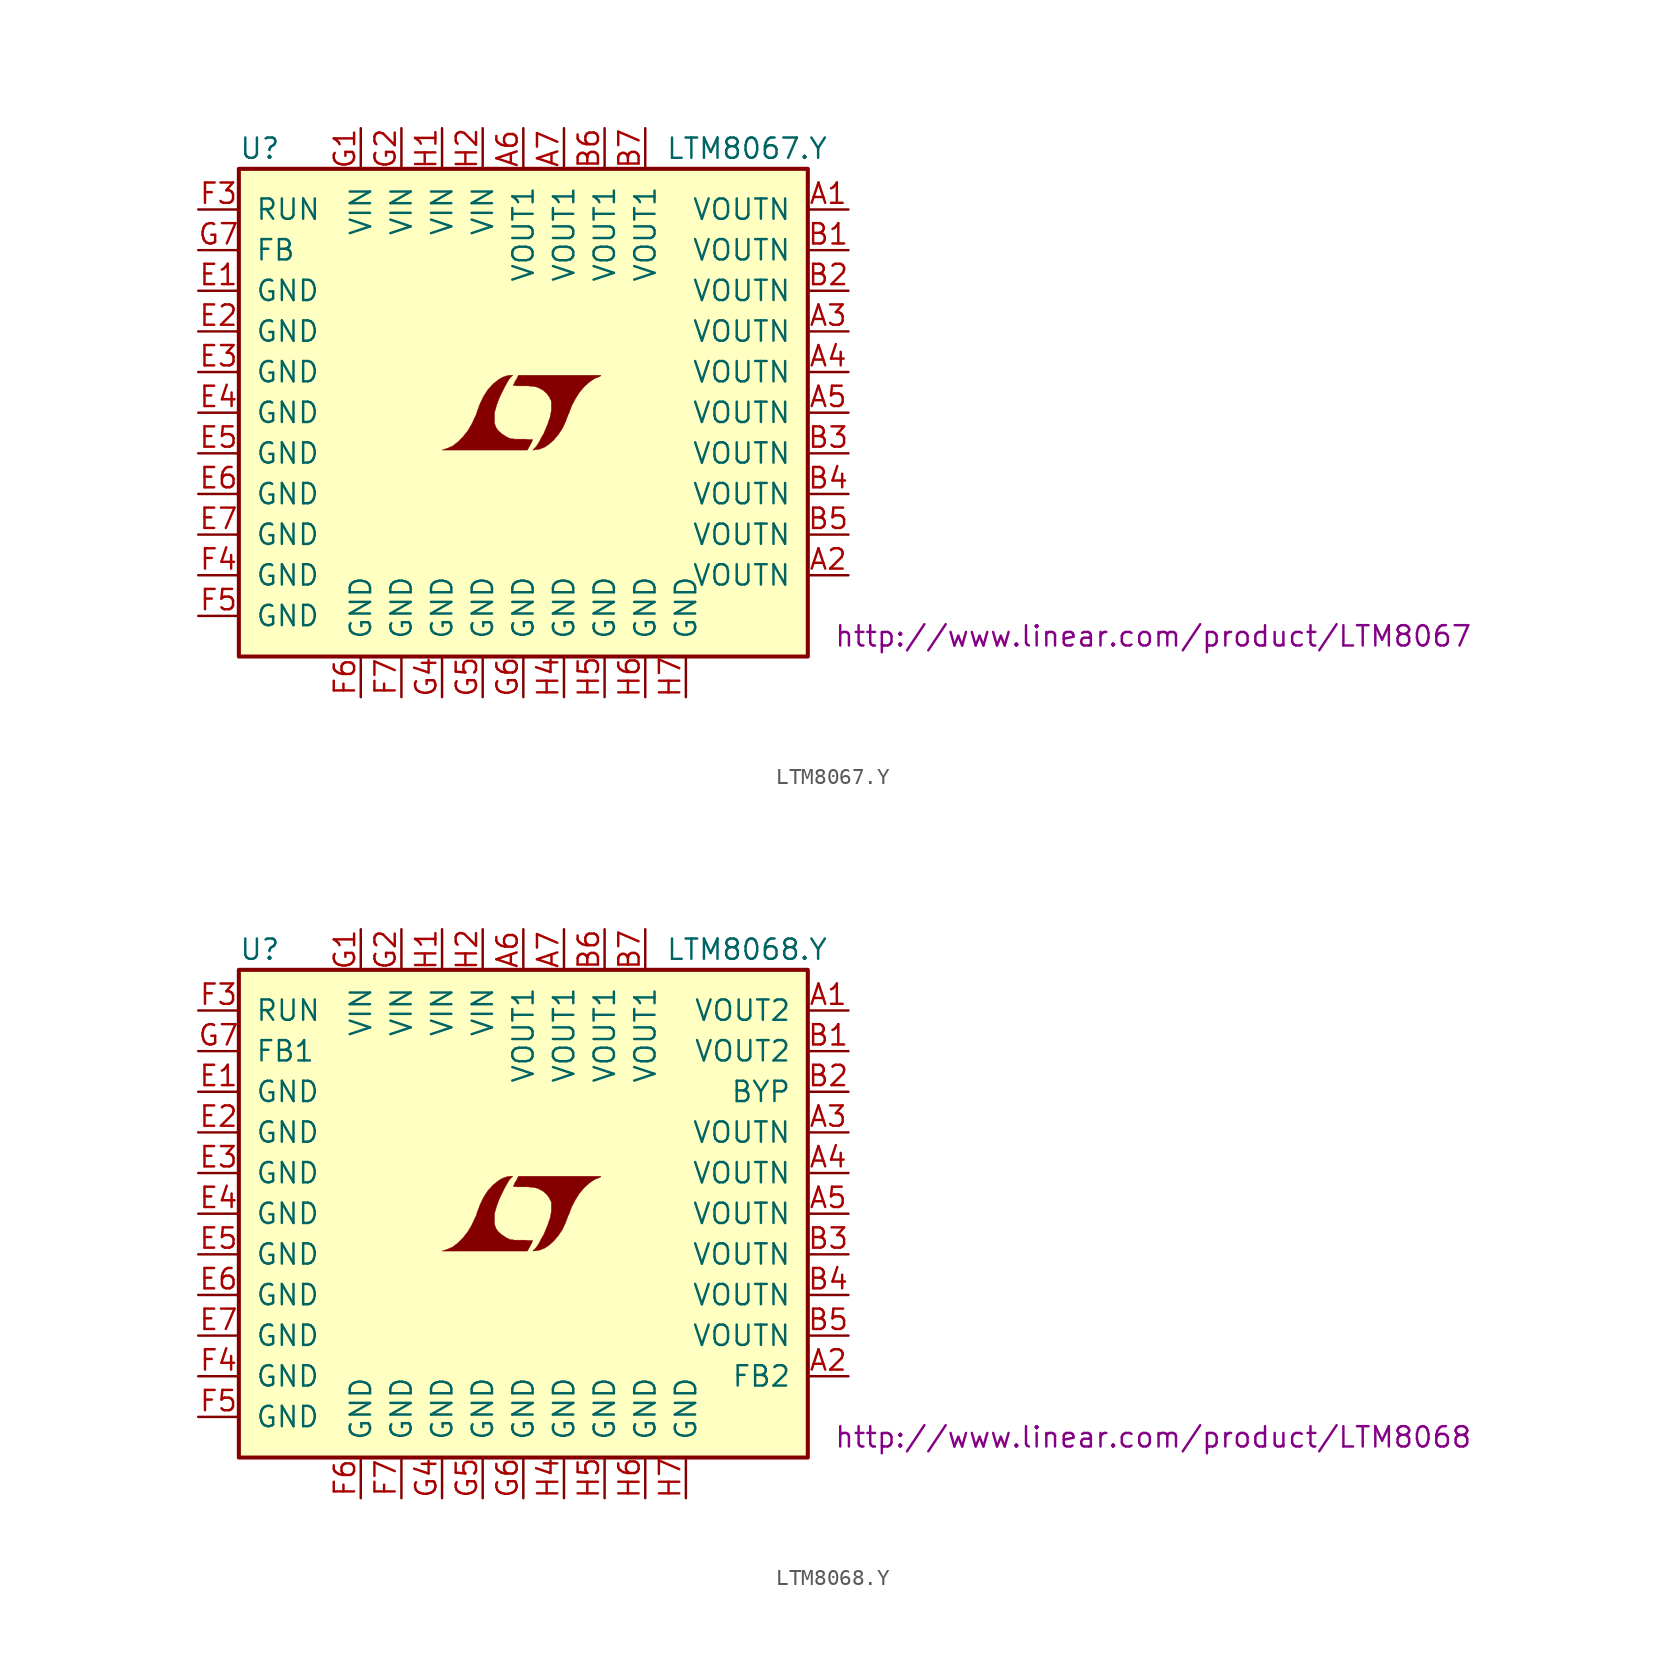
<source format=kicad_sym>
(kicad_symbol_lib
  (version 20201005)
  (generator kicad_symbol_editor)
  (symbol "LTM8067.Y"
    (pin_names
      (offset 1.016))
    (property "Reference" "U"
      (at -17.78 16.51 0)
      (effects (font (size 1.27 1.27)) (justify left)))
    (property "Value" "LTM8067.Y"
      (at 8.89 16.51 0)
      (effects (font (size 1.27 1.27)) (justify left)))
    (property "Datasheet" "http://www.linear.com/product/LTM8067"
      (at 39.37 -13.97 0)
      (effects (font (size 1.27 1.27))))
    (symbol "LTM8067.Y_0_0"
      (polyline (pts (xy 0.432 -2.007) (xy 0.457 -1.956) (xy 0.533 -1.829) (xy 0.559 -1.727) (xy 0.584 -1.676) (xy 0.305 -1.676) (xy 0.127 -1.651) (xy -0.559 -1.651) (xy -0.686 -1.626) (xy -0.787 -1.626) (xy -0.864 -1.6) (xy -1.067 -1.499) (xy -1.346 -1.321) (xy -1.575 -1.118) (xy -1.727 -0.889) (xy -1.753 -0.787) (xy -1.803 -0.66) (xy -1.803 -0.051) (xy -1.778 0.102) (xy -1.727 0.254) (xy -1.676 0.457) (xy -1.626 0.584) (xy -1.524 0.864) (xy -1.397 1.143) (xy -1.143 1.651) (xy -1.016 1.88) (xy -0.914 2.057) (xy -0.813 2.184) (xy -0.66 2.337) (xy -0.838 2.337) (xy -1.016 2.311) (xy -1.245 2.235) (xy -1.448 2.134) (xy -1.626 2.007) (xy -1.88 1.803) (xy -2.21 1.448) (xy -2.489 1.016) (xy -2.718 0.533) (xy -2.921 -0.025) (xy -2.946 -0.127) (xy -3.048 -0.33) (xy -3.15 -0.559) (xy -3.251 -0.762) (xy -3.48 -1.143) (xy -3.785 -1.524) (xy -4.089 -1.829) (xy -4.42 -2.083) (xy -4.775 -2.235) (xy -5.08 -2.337) (xy 0.254 -2.337) (xy 0.432 -2.007)) (stroke (width 0.025)) (fill (type outline)))
      (polyline (pts (xy 0.813 -2.311) (xy 0.991 -2.286) (xy 1.321 -2.159) (xy 1.626 -1.956) (xy 1.905 -1.702) (xy 2.184 -1.372) (xy 2.438 -0.991) (xy 2.642 -0.559) (xy 2.819 -0.076) (xy 2.845 -0.051) (xy 3.023 0.432) (xy 3.251 0.864) (xy 3.505 1.27) (xy 3.81 1.626) (xy 4.115 1.905) (xy 4.445 2.134) (xy 4.775 2.261) (xy 4.775 2.286) (xy 4.826 2.286) (xy 4.851 2.311) (xy 4.826 2.337) (xy -0.305 2.337) (xy -0.457 2.032) (xy -0.508 1.981) (xy -0.559 1.854) (xy -0.635 1.702) (xy -0.559 1.702) (xy -0.432 1.676) (xy 0.305 1.676) (xy 0.483 1.651) (xy 0.61 1.651) (xy 0.711 1.626) (xy 0.838 1.6) (xy 0.965 1.549) (xy 1.245 1.397) (xy 1.473 1.194) (xy 1.651 0.94) (xy 1.676 0.864) (xy 1.727 0.787) (xy 1.753 0.66) (xy 1.753 0.152) (xy 1.727 0) (xy 1.702 -0.127) (xy 1.676 -0.279) (xy 1.6 -0.483) (xy 1.524 -0.711) (xy 1.27 -1.321) (xy 1.118 -1.575) (xy 0.991 -1.829) (xy 0.864 -2.032) (xy 0.762 -2.159) (xy 0.584 -2.337) (xy 0.813 -2.311)) (stroke (width 0.025)) (fill (type outline))))
    (symbol "LTM8067.Y_0_1"
      (rectangle (start -17.78 15.24) (end 17.78 -15.24) (stroke (width 0.254)) (fill (type background))))
    (symbol "LTM8067.Y_1_1"
      (pin power_out line (at 20.32 12.7 180) (length 2.54) (name "VOUTN" (effects (font (size 1.27 1.27)))) (number "A1" (effects (font (size 1.27 1.27)))))
      (pin power_out line (at 20.32 -10.16 180) (length 2.54) (name "VOUTN" (effects (font (size 1.27 1.27)))) (number "A2" (effects (font (size 1.27 1.27)))))
      (pin power_out line (at 20.32 5.08 180) (length 2.54) (name "VOUTN" (effects (font (size 1.27 1.27)))) (number "A3" (effects (font (size 1.27 1.27)))))
      (pin power_out line (at 20.32 2.54 180) (length 2.54) (name "VOUTN" (effects (font (size 1.27 1.27)))) (number "A4" (effects (font (size 1.27 1.27)))))
      (pin power_out line (at 20.32 0 180) (length 2.54) (name "VOUTN" (effects (font (size 1.27 1.27)))) (number "A5" (effects (font (size 1.27 1.27)))))
      (pin power_out line (at 0 17.78 270) (length 2.54) (name "VOUT1" (effects (font (size 1.27 1.27)))) (number "A6" (effects (font (size 1.27 1.27)))))
      (pin power_out line (at 2.54 17.78 270) (length 2.54) (name "VOUT1" (effects (font (size 1.27 1.27)))) (number "A7" (effects (font (size 1.27 1.27)))))
      (pin power_out line (at 20.32 10.16 180) (length 2.54) (name "VOUTN" (effects (font (size 1.27 1.27)))) (number "B1" (effects (font (size 1.27 1.27)))))
      (pin power_out line (at 20.32 7.62 180) (length 2.54) (name "VOUTN" (effects (font (size 1.27 1.27)))) (number "B2" (effects (font (size 1.27 1.27)))))
      (pin power_out line (at 20.32 -2.54 180) (length 2.54) (name "VOUTN" (effects (font (size 1.27 1.27)))) (number "B3" (effects (font (size 1.27 1.27)))))
      (pin power_out line (at 20.32 -5.08 180) (length 2.54) (name "VOUTN" (effects (font (size 1.27 1.27)))) (number "B4" (effects (font (size 1.27 1.27)))))
      (pin power_out line (at 20.32 -7.62 180) (length 2.54) (name "VOUTN" (effects (font (size 1.27 1.27)))) (number "B5" (effects (font (size 1.27 1.27)))))
      (pin power_out line (at 5.08 17.78 270) (length 2.54) (name "VOUT1" (effects (font (size 1.27 1.27)))) (number "B6" (effects (font (size 1.27 1.27)))))
      (pin power_out line (at 7.62 17.78 270) (length 2.54) (name "VOUT1" (effects (font (size 1.27 1.27)))) (number "B7" (effects (font (size 1.27 1.27)))))
      (pin power_in line (at -20.32 7.62 0) (length 2.54) (name "GND" (effects (font (size 1.27 1.27)))) (number "E1" (effects (font (size 1.27 1.27)))))
      (pin power_in line (at -20.32 5.08 0) (length 2.54) (name "GND" (effects (font (size 1.27 1.27)))) (number "E2" (effects (font (size 1.27 1.27)))))
      (pin power_in line (at -20.32 2.54 0) (length 2.54) (name "GND" (effects (font (size 1.27 1.27)))) (number "E3" (effects (font (size 1.27 1.27)))))
      (pin power_in line (at -20.32 0 0) (length 2.54) (name "GND" (effects (font (size 1.27 1.27)))) (number "E4" (effects (font (size 1.27 1.27)))))
      (pin power_in line (at -20.32 -2.54 0) (length 2.54) (name "GND" (effects (font (size 1.27 1.27)))) (number "E5" (effects (font (size 1.27 1.27)))))
      (pin power_in line (at -20.32 -5.08 0) (length 2.54) (name "GND" (effects (font (size 1.27 1.27)))) (number "E6" (effects (font (size 1.27 1.27)))))
      (pin power_in line (at -20.32 -7.62 0) (length 2.54) (name "GND" (effects (font (size 1.27 1.27)))) (number "E7" (effects (font (size 1.27 1.27)))))
      (pin input line (at -20.32 12.7 0) (length 2.54) (name "RUN" (effects (font (size 1.27 1.27)))) (number "F3" (effects (font (size 1.27 1.27)))))
      (pin power_in line (at -20.32 -10.16 0) (length 2.54) (name "GND" (effects (font (size 1.27 1.27)))) (number "F4" (effects (font (size 1.27 1.27)))))
      (pin power_in line (at -20.32 -12.7 0) (length 2.54) (name "GND" (effects (font (size 1.27 1.27)))) (number "F5" (effects (font (size 1.27 1.27)))))
      (pin power_in line (at -10.16 -17.78 90) (length 2.54) (name "GND" (effects (font (size 1.27 1.27)))) (number "F6" (effects (font (size 1.27 1.27)))))
      (pin power_in line (at -7.62 -17.78 90) (length 2.54) (name "GND" (effects (font (size 1.27 1.27)))) (number "F7" (effects (font (size 1.27 1.27)))))
      (pin power_in line (at -10.16 17.78 270) (length 2.54) (name "VIN" (effects (font (size 1.27 1.27)))) (number "G1" (effects (font (size 1.27 1.27)))))
      (pin power_in line (at -7.62 17.78 270) (length 2.54) (name "VIN" (effects (font (size 1.27 1.27)))) (number "G2" (effects (font (size 1.27 1.27)))))
      (pin power_in line (at -5.08 -17.78 90) (length 2.54) (name "GND" (effects (font (size 1.27 1.27)))) (number "G4" (effects (font (size 1.27 1.27)))))
      (pin power_in line (at -2.54 -17.78 90) (length 2.54) (name "GND" (effects (font (size 1.27 1.27)))) (number "G5" (effects (font (size 1.27 1.27)))))
      (pin power_in line (at 0 -17.78 90) (length 2.54) (name "GND" (effects (font (size 1.27 1.27)))) (number "G6" (effects (font (size 1.27 1.27)))))
      (pin passive line (at -20.32 10.16 0) (length 2.54) (name "FB" (effects (font (size 1.27 1.27)))) (number "G7" (effects (font (size 1.27 1.27)))))
      (pin power_in line (at -5.08 17.78 270) (length 2.54) (name "VIN" (effects (font (size 1.27 1.27)))) (number "H1" (effects (font (size 1.27 1.27)))))
      (pin power_in line (at -2.54 17.78 270) (length 2.54) (name "VIN" (effects (font (size 1.27 1.27)))) (number "H2" (effects (font (size 1.27 1.27)))))
      (pin power_in line (at 2.54 -17.78 90) (length 2.54) (name "GND" (effects (font (size 1.27 1.27)))) (number "H4" (effects (font (size 1.27 1.27)))))
      (pin power_in line (at 5.08 -17.78 90) (length 2.54) (name "GND" (effects (font (size 1.27 1.27)))) (number "H5" (effects (font (size 1.27 1.27)))))
      (pin power_in line (at 7.62 -17.78 90) (length 2.54) (name "GND" (effects (font (size 1.27 1.27)))) (number "H6" (effects (font (size 1.27 1.27)))))
      (pin power_in line (at 10.16 -17.78 90) (length 2.54) (name "GND" (effects (font (size 1.27 1.27)))) (number "H7" (effects (font (size 1.27 1.27)))))))
  (symbol "LTM8068.Y"
    (pin_names
      (offset 1.016))
    (property "Reference" "U"
      (at -17.78 16.51 0)
      (effects (font (size 1.27 1.27)) (justify left)))
    (property "Value" "LTM8068.Y"
      (at 8.89 16.51 0)
      (effects (font (size 1.27 1.27)) (justify left)))
    (property "Datasheet" "http://www.linear.com/product/LTM8068"
      (at 39.37 -13.97 0)
      (effects (font (size 1.27 1.27))))
    (symbol "LTM8068.Y_0_0"
      (polyline (pts (xy 0.432 -2.007) (xy 0.457 -1.956) (xy 0.533 -1.829) (xy 0.559 -1.727) (xy 0.584 -1.676) (xy 0.305 -1.676) (xy 0.127 -1.651) (xy -0.559 -1.651) (xy -0.686 -1.626) (xy -0.787 -1.626) (xy -0.864 -1.6) (xy -1.067 -1.499) (xy -1.346 -1.321) (xy -1.575 -1.118) (xy -1.727 -0.889) (xy -1.753 -0.787) (xy -1.803 -0.66) (xy -1.803 -0.051) (xy -1.778 0.102) (xy -1.727 0.254) (xy -1.676 0.457) (xy -1.626 0.584) (xy -1.524 0.864) (xy -1.397 1.143) (xy -1.143 1.651) (xy -1.016 1.88) (xy -0.914 2.057) (xy -0.813 2.184) (xy -0.66 2.337) (xy -0.838 2.337) (xy -1.016 2.311) (xy -1.245 2.235) (xy -1.448 2.134) (xy -1.626 2.007) (xy -1.88 1.803) (xy -2.21 1.448) (xy -2.489 1.016) (xy -2.718 0.533) (xy -2.921 -0.025) (xy -2.946 -0.127) (xy -3.048 -0.33) (xy -3.15 -0.559) (xy -3.251 -0.762) (xy -3.48 -1.143) (xy -3.785 -1.524) (xy -4.089 -1.829) (xy -4.42 -2.083) (xy -4.775 -2.235) (xy -5.08 -2.337) (xy 0.254 -2.337) (xy 0.432 -2.007)) (stroke (width 0.025)) (fill (type outline)))
      (polyline (pts (xy 0.813 -2.311) (xy 0.991 -2.286) (xy 1.321 -2.159) (xy 1.626 -1.956) (xy 1.905 -1.702) (xy 2.184 -1.372) (xy 2.438 -0.991) (xy 2.642 -0.559) (xy 2.819 -0.076) (xy 2.845 -0.051) (xy 3.023 0.432) (xy 3.251 0.864) (xy 3.505 1.27) (xy 3.81 1.626) (xy 4.115 1.905) (xy 4.445 2.134) (xy 4.775 2.261) (xy 4.775 2.286) (xy 4.826 2.286) (xy 4.851 2.311) (xy 4.826 2.337) (xy -0.305 2.337) (xy -0.457 2.032) (xy -0.508 1.981) (xy -0.559 1.854) (xy -0.635 1.702) (xy -0.559 1.702) (xy -0.432 1.676) (xy 0.305 1.676) (xy 0.483 1.651) (xy 0.61 1.651) (xy 0.711 1.626) (xy 0.838 1.6) (xy 0.965 1.549) (xy 1.245 1.397) (xy 1.473 1.194) (xy 1.651 0.94) (xy 1.676 0.864) (xy 1.727 0.787) (xy 1.753 0.66) (xy 1.753 0.152) (xy 1.727 0) (xy 1.702 -0.127) (xy 1.676 -0.279) (xy 1.6 -0.483) (xy 1.524 -0.711) (xy 1.27 -1.321) (xy 1.118 -1.575) (xy 0.991 -1.829) (xy 0.864 -2.032) (xy 0.762 -2.159) (xy 0.584 -2.337) (xy 0.813 -2.311)) (stroke (width 0.025)) (fill (type outline))))
    (symbol "LTM8068.Y_0_1"
      (rectangle (start -17.78 15.24) (end 17.78 -15.24) (stroke (width 0.254)) (fill (type background))))
    (symbol "LTM8068.Y_1_1"
      (pin power_out line (at 20.32 12.7 180) (length 2.54) (name "VOUT2" (effects (font (size 1.27 1.27)))) (number "A1" (effects (font (size 1.27 1.27)))))
      (pin passive line (at 20.32 -10.16 180) (length 2.54) (name "FB2" (effects (font (size 1.27 1.27)))) (number "A2" (effects (font (size 1.27 1.27)))))
      (pin power_out line (at 20.32 5.08 180) (length 2.54) (name "VOUTN" (effects (font (size 1.27 1.27)))) (number "A3" (effects (font (size 1.27 1.27)))))
      (pin power_out line (at 20.32 2.54 180) (length 2.54) (name "VOUTN" (effects (font (size 1.27 1.27)))) (number "A4" (effects (font (size 1.27 1.27)))))
      (pin power_out line (at 20.32 0 180) (length 2.54) (name "VOUTN" (effects (font (size 1.27 1.27)))) (number "A5" (effects (font (size 1.27 1.27)))))
      (pin power_out line (at 0 17.78 270) (length 2.54) (name "VOUT1" (effects (font (size 1.27 1.27)))) (number "A6" (effects (font (size 1.27 1.27)))))
      (pin power_out line (at 2.54 17.78 270) (length 2.54) (name "VOUT1" (effects (font (size 1.27 1.27)))) (number "A7" (effects (font (size 1.27 1.27)))))
      (pin power_out line (at 20.32 10.16 180) (length 2.54) (name "VOUT2" (effects (font (size 1.27 1.27)))) (number "B1" (effects (font (size 1.27 1.27)))))
      (pin passive line (at 20.32 7.62 180) (length 2.54) (name "BYP" (effects (font (size 1.27 1.27)))) (number "B2" (effects (font (size 1.27 1.27)))))
      (pin power_out line (at 20.32 -2.54 180) (length 2.54) (name "VOUTN" (effects (font (size 1.27 1.27)))) (number "B3" (effects (font (size 1.27 1.27)))))
      (pin power_out line (at 20.32 -5.08 180) (length 2.54) (name "VOUTN" (effects (font (size 1.27 1.27)))) (number "B4" (effects (font (size 1.27 1.27)))))
      (pin power_out line (at 20.32 -7.62 180) (length 2.54) (name "VOUTN" (effects (font (size 1.27 1.27)))) (number "B5" (effects (font (size 1.27 1.27)))))
      (pin power_out line (at 5.08 17.78 270) (length 2.54) (name "VOUT1" (effects (font (size 1.27 1.27)))) (number "B6" (effects (font (size 1.27 1.27)))))
      (pin power_out line (at 7.62 17.78 270) (length 2.54) (name "VOUT1" (effects (font (size 1.27 1.27)))) (number "B7" (effects (font (size 1.27 1.27)))))
      (pin power_in line (at -20.32 7.62 0) (length 2.54) (name "GND" (effects (font (size 1.27 1.27)))) (number "E1" (effects (font (size 1.27 1.27)))))
      (pin power_in line (at -20.32 5.08 0) (length 2.54) (name "GND" (effects (font (size 1.27 1.27)))) (number "E2" (effects (font (size 1.27 1.27)))))
      (pin power_in line (at -20.32 2.54 0) (length 2.54) (name "GND" (effects (font (size 1.27 1.27)))) (number "E3" (effects (font (size 1.27 1.27)))))
      (pin power_in line (at -20.32 0 0) (length 2.54) (name "GND" (effects (font (size 1.27 1.27)))) (number "E4" (effects (font (size 1.27 1.27)))))
      (pin power_in line (at -20.32 -2.54 0) (length 2.54) (name "GND" (effects (font (size 1.27 1.27)))) (number "E5" (effects (font (size 1.27 1.27)))))
      (pin power_in line (at -20.32 -5.08 0) (length 2.54) (name "GND" (effects (font (size 1.27 1.27)))) (number "E6" (effects (font (size 1.27 1.27)))))
      (pin power_in line (at -20.32 -7.62 0) (length 2.54) (name "GND" (effects (font (size 1.27 1.27)))) (number "E7" (effects (font (size 1.27 1.27)))))
      (pin input line (at -20.32 12.7 0) (length 2.54) (name "RUN" (effects (font (size 1.27 1.27)))) (number "F3" (effects (font (size 1.27 1.27)))))
      (pin power_in line (at -20.32 -10.16 0) (length 2.54) (name "GND" (effects (font (size 1.27 1.27)))) (number "F4" (effects (font (size 1.27 1.27)))))
      (pin power_in line (at -20.32 -12.7 0) (length 2.54) (name "GND" (effects (font (size 1.27 1.27)))) (number "F5" (effects (font (size 1.27 1.27)))))
      (pin power_in line (at -10.16 -17.78 90) (length 2.54) (name "GND" (effects (font (size 1.27 1.27)))) (number "F6" (effects (font (size 1.27 1.27)))))
      (pin power_in line (at -7.62 -17.78 90) (length 2.54) (name "GND" (effects (font (size 1.27 1.27)))) (number "F7" (effects (font (size 1.27 1.27)))))
      (pin power_in line (at -10.16 17.78 270) (length 2.54) (name "VIN" (effects (font (size 1.27 1.27)))) (number "G1" (effects (font (size 1.27 1.27)))))
      (pin power_in line (at -7.62 17.78 270) (length 2.54) (name "VIN" (effects (font (size 1.27 1.27)))) (number "G2" (effects (font (size 1.27 1.27)))))
      (pin power_in line (at -5.08 -17.78 90) (length 2.54) (name "GND" (effects (font (size 1.27 1.27)))) (number "G4" (effects (font (size 1.27 1.27)))))
      (pin power_in line (at -2.54 -17.78 90) (length 2.54) (name "GND" (effects (font (size 1.27 1.27)))) (number "G5" (effects (font (size 1.27 1.27)))))
      (pin power_in line (at 0 -17.78 90) (length 2.54) (name "GND" (effects (font (size 1.27 1.27)))) (number "G6" (effects (font (size 1.27 1.27)))))
      (pin passive line (at -20.32 10.16 0) (length 2.54) (name "FB1" (effects (font (size 1.27 1.27)))) (number "G7" (effects (font (size 1.27 1.27)))))
      (pin power_in line (at -5.08 17.78 270) (length 2.54) (name "VIN" (effects (font (size 1.27 1.27)))) (number "H1" (effects (font (size 1.27 1.27)))))
      (pin power_in line (at -2.54 17.78 270) (length 2.54) (name "VIN" (effects (font (size 1.27 1.27)))) (number "H2" (effects (font (size 1.27 1.27)))))
      (pin power_in line (at 2.54 -17.78 90) (length 2.54) (name "GND" (effects (font (size 1.27 1.27)))) (number "H4" (effects (font (size 1.27 1.27)))))
      (pin power_in line (at 5.08 -17.78 90) (length 2.54) (name "GND" (effects (font (size 1.27 1.27)))) (number "H5" (effects (font (size 1.27 1.27)))))
      (pin power_in line (at 7.62 -17.78 90) (length 2.54) (name "GND" (effects (font (size 1.27 1.27)))) (number "H6" (effects (font (size 1.27 1.27)))))
      (pin power_in line (at 10.16 -17.78 90) (length 2.54) (name "GND" (effects (font (size 1.27 1.27)))) (number "H7" (effects (font (size 1.27 1.27))))))))
</source>
